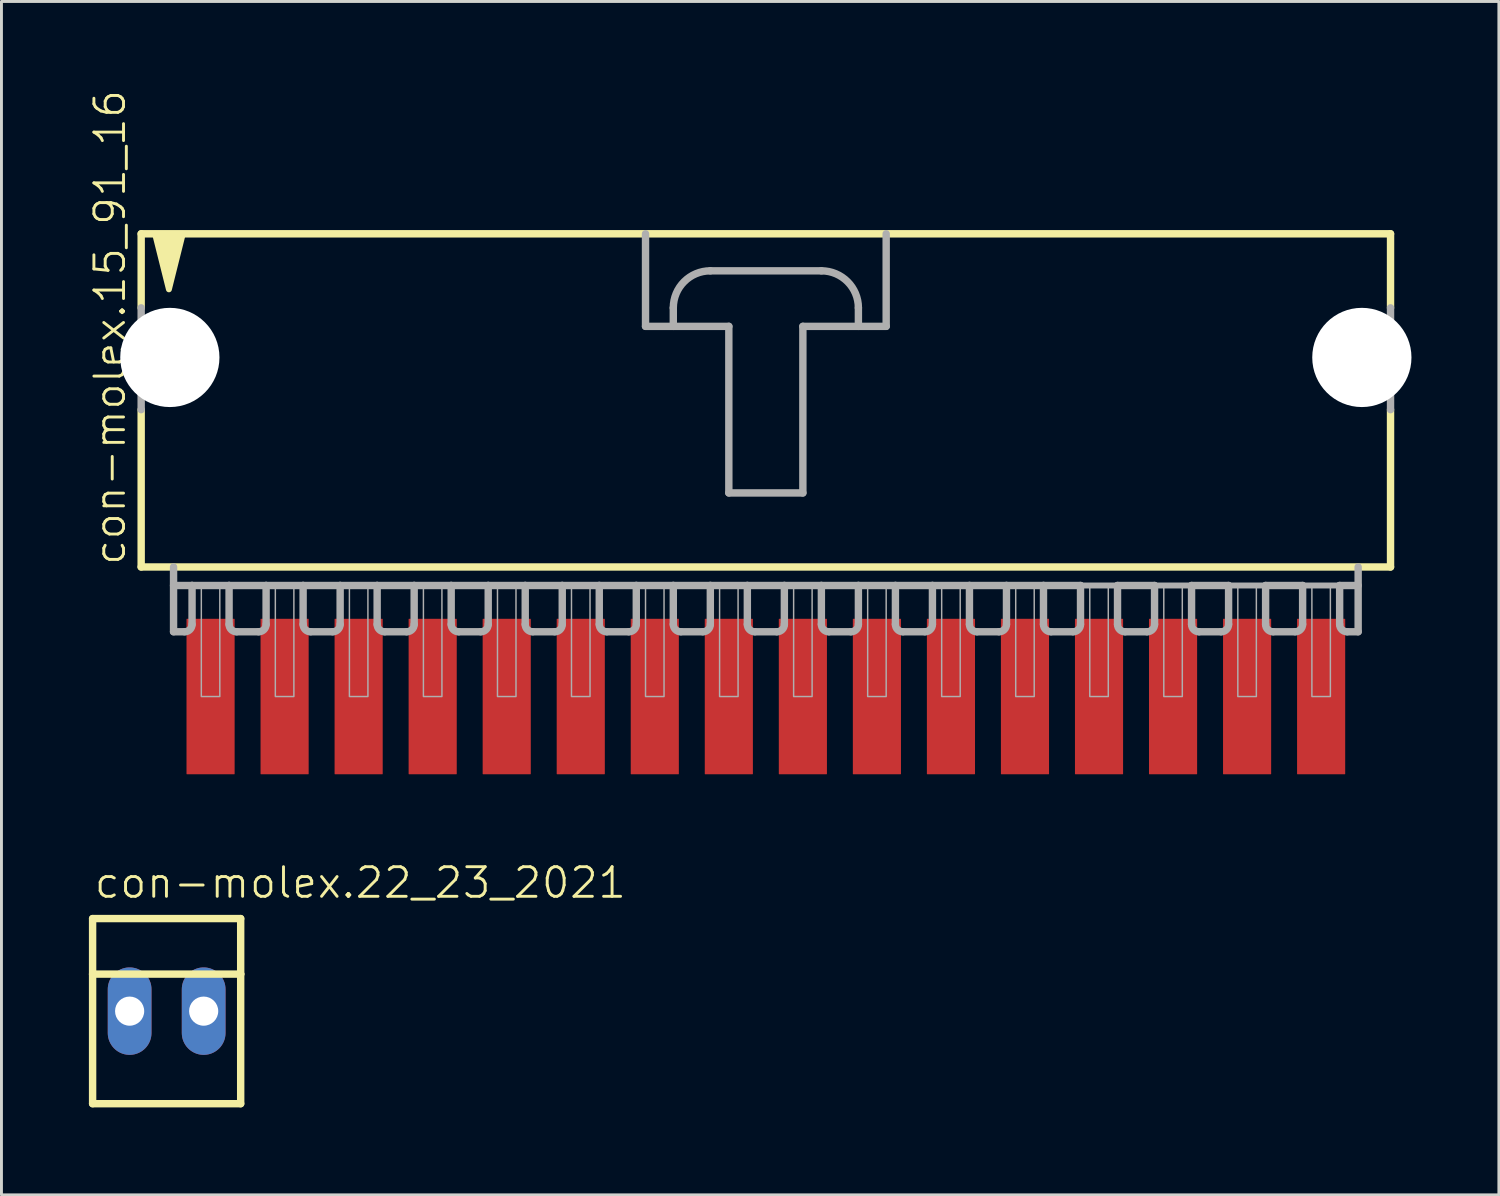
<source format=kicad_pcb>
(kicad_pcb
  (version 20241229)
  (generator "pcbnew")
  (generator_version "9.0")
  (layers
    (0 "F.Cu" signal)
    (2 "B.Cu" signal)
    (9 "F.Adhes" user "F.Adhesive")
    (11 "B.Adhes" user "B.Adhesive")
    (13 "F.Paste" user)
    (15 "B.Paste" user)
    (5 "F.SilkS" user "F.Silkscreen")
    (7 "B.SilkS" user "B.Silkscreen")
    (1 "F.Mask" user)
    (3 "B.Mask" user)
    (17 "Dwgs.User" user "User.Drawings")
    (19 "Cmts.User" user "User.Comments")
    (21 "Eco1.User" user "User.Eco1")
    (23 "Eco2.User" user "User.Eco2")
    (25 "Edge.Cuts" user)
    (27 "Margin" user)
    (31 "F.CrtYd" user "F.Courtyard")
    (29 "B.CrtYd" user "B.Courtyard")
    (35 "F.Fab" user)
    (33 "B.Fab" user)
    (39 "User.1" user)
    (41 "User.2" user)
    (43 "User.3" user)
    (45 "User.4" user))
  (footprint "con-molex.22_23_2021"
    (layer "F.Cu")
    (at 2.667 31.639)
    (property "Reference" "con-molex.22_23_2021" (at -2.54 -3.81 0) (layer "F.SilkS") (effects (font (size 1.016 1.016) (thickness 0.1)) (justify left bottom)))
    (attr through_hole)
    (fp_line (start -2.54 -3.175) (end 2.54 -3.175) (stroke (width 0.254) (type default)) (layer "F.SilkS"))
    (fp_line (start -2.54 -1.27) (end -2.54 -3.175) (stroke (width 0.254) (type default)) (layer "F.SilkS"))
    (fp_line (start -2.54 -1.27) (end 2.54 -1.27) (stroke (width 0.254) (type default)) (layer "F.SilkS"))
    (fp_line (start -2.54 3.175) (end -2.54 -1.27) (stroke (width 0.254) (type default)) (layer "F.SilkS"))
    (fp_line (start 2.54 -3.175) (end 2.54 -1.27) (stroke (width 0.254) (type default)) (layer "F.SilkS"))
    (fp_line (start 2.54 -1.27) (end 2.54 3.175) (stroke (width 0.254) (type default)) (layer "F.SilkS"))
    (fp_line (start 2.54 3.175) (end -2.54 3.175) (stroke (width 0.254) (type default)) (layer "F.SilkS"))
    (pad "1" thru_hole oval (at -1.27 0 90) (size 3 1.5) (drill 1) (layers "*.Cu" "*.Mask"))
    (pad "2" thru_hole oval (at 1.27 0 90) (size 3 1.5) (drill 1) (layers "*.Cu" "*.Mask")))
  (footprint "con-molex.15_91_16"
    (layer "F.Cu")
    (at 23.224 10.051)
    (property "Reference" "con-molex.15_91_16" (at -21.907 6.35 90) (layer "F.SilkS") (effects (font (size 1.016 1.016) (thickness 0.1)) (justify left bottom)))
    (attr smd)
    (fp_line (start -21.431 -5.08) (end -21.431 -2.54) (stroke (width 0.254) (type default)) (layer "F.SilkS"))
    (fp_line (start -21.431 0.953) (end -21.431 6.35) (stroke (width 0.254) (type default)) (layer "F.SilkS"))
    (fp_line (start -21.431 6.35) (end 21.431 6.35) (stroke (width 0.254) (type default)) (layer "F.SilkS"))
    (fp_line (start 21.431 -5.08) (end -21.431 -5.08) (stroke (width 0.254) (type default)) (layer "F.SilkS"))
    (fp_line (start 21.431 -2.54) (end 21.431 -5.08) (stroke (width 0.254) (type default)) (layer "F.SilkS"))
    (fp_line (start 21.431 6.35) (end 21.431 0.953) (stroke (width 0.254) (type default)) (layer "F.SilkS"))
    (fp_poly (pts (xy -20.955 -5.08) (xy -20.479 -3.175) (xy -20.003 -5.08)) (stroke (width 0.203) (type default)) (fill yes) (layer "F.SilkS"))
    (fp_line (start -21.431 -2.54) (end -21.431 0.953) (stroke (width 0.254) (type default)) (layer "F.Fab"))
    (fp_line (start -20.32 6.35) (end -20.32 8.572) (stroke (width 0.254) (type default)) (layer "F.Fab"))
    (fp_line (start -20.32 6.985) (end -19.685 6.985) (stroke (width 0.254) (type default)) (layer "F.Fab"))
    (fp_line (start -19.939 8.572) (end -20.32 8.572) (stroke (width 0.254) (type default)) (layer "F.Fab"))
    (fp_line (start -19.685 6.985) (end -19.685 8.319) (stroke (width 0.254) (type default)) (layer "F.Fab"))
    (fp_line (start -19.685 6.985) (end -18.415 6.985) (stroke (width 0.254) (type default)) (layer "F.Fab"))
    (fp_line (start -18.415 6.985) (end -18.415 8.319) (stroke (width 0.254) (type default)) (layer "F.Fab"))
    (fp_line (start -18.415 6.985) (end -17.145 6.985) (stroke (width 0.254) (type default)) (layer "F.Fab"))
    (fp_line (start -17.399 8.572) (end -18.161 8.572) (stroke (width 0.254) (type default)) (layer "F.Fab"))
    (fp_line (start -17.145 6.985) (end -17.145 8.319) (stroke (width 0.254) (type default)) (layer "F.Fab"))
    (fp_line (start -17.145 6.985) (end -15.875 6.985) (stroke (width 0.254) (type default)) (layer "F.Fab"))
    (fp_line (start -15.875 6.985) (end -15.875 8.319) (stroke (width 0.254) (type default)) (layer "F.Fab"))
    (fp_line (start -15.875 6.985) (end -14.605 6.985) (stroke (width 0.254) (type default)) (layer "F.Fab"))
    (fp_line (start -14.859 8.572) (end -15.621 8.572) (stroke (width 0.254) (type default)) (layer "F.Fab"))
    (fp_line (start -14.605 6.985) (end -14.605 8.319) (stroke (width 0.254) (type default)) (layer "F.Fab"))
    (fp_line (start -14.605 6.985) (end -13.335 6.985) (stroke (width 0.254) (type default)) (layer "F.Fab"))
    (fp_line (start -13.335 6.985) (end -13.335 8.319) (stroke (width 0.254) (type default)) (layer "F.Fab"))
    (fp_line (start -13.335 6.985) (end -12.065 6.985) (stroke (width 0.254) (type default)) (layer "F.Fab"))
    (fp_line (start -12.319 8.572) (end -13.081 8.572) (stroke (width 0.254) (type default)) (layer "F.Fab"))
    (fp_line (start -12.065 6.985) (end -12.065 8.319) (stroke (width 0.254) (type default)) (layer "F.Fab"))
    (fp_line (start -12.065 6.985) (end -10.795 6.985) (stroke (width 0.254) (type default)) (layer "F.Fab"))
    (fp_line (start -10.795 6.985) (end -10.795 8.319) (stroke (width 0.254) (type default)) (layer "F.Fab"))
    (fp_line (start -10.795 6.985) (end -9.525 6.985) (stroke (width 0.254) (type default)) (layer "F.Fab"))
    (fp_line (start -9.779 8.572) (end -10.541 8.572) (stroke (width 0.254) (type default)) (layer "F.Fab"))
    (fp_line (start -9.525 6.985) (end -9.525 8.319) (stroke (width 0.254) (type default)) (layer "F.Fab"))
    (fp_line (start -9.525 6.985) (end -8.255 6.985) (stroke (width 0.254) (type default)) (layer "F.Fab"))
    (fp_line (start -8.255 6.985) (end -8.255 8.319) (stroke (width 0.254) (type default)) (layer "F.Fab"))
    (fp_line (start -8.255 6.985) (end -6.985 6.985) (stroke (width 0.254) (type default)) (layer "F.Fab"))
    (fp_line (start -7.239 8.572) (end -8.001 8.572) (stroke (width 0.254) (type default)) (layer "F.Fab"))
    (fp_line (start -6.985 6.985) (end -6.985 8.319) (stroke (width 0.254) (type default)) (layer "F.Fab"))
    (fp_line (start -6.985 6.985) (end -5.715 6.985) (stroke (width 0.254) (type default)) (layer "F.Fab"))
    (fp_line (start -5.715 6.985) (end -5.715 8.319) (stroke (width 0.254) (type default)) (layer "F.Fab"))
    (fp_line (start -5.715 6.985) (end -4.445 6.985) (stroke (width 0.254) (type default)) (layer "F.Fab"))
    (fp_line (start -4.699 8.572) (end -5.461 8.572) (stroke (width 0.254) (type default)) (layer "F.Fab"))
    (fp_line (start -4.445 6.985) (end -4.445 8.319) (stroke (width 0.254) (type default)) (layer "F.Fab"))
    (fp_line (start -4.445 6.985) (end -3.175 6.985) (stroke (width 0.254) (type default)) (layer "F.Fab"))
    (fp_line (start -4.128 -5.08) (end -4.128 -1.905) (stroke (width 0.254) (type default)) (layer "F.Fab"))
    (fp_line (start -4.128 -1.905) (end -3.175 -1.905) (stroke (width 0.254) (type default)) (layer "F.Fab"))
    (fp_line (start -3.175 -1.905) (end -3.175 -2.54) (stroke (width 0.254) (type default)) (layer "F.Fab"))
    (fp_line (start -3.175 -1.905) (end -1.27 -1.905) (stroke (width 0.254) (type default)) (layer "F.Fab"))
    (fp_line (start -3.175 6.985) (end -3.175 8.319) (stroke (width 0.254) (type default)) (layer "F.Fab"))
    (fp_line (start -3.175 6.985) (end -1.905 6.985) (stroke (width 0.254) (type default)) (layer "F.Fab"))
    (fp_line (start -2.159 8.572) (end -2.921 8.572) (stroke (width 0.254) (type default)) (layer "F.Fab"))
    (fp_line (start -1.905 -3.81) (end 1.905 -3.81) (stroke (width 0.254) (type default)) (layer "F.Fab"))
    (fp_line (start -1.905 6.985) (end -1.905 8.319) (stroke (width 0.254) (type default)) (layer "F.Fab"))
    (fp_line (start -1.905 6.985) (end -0.635 6.985) (stroke (width 0.254) (type default)) (layer "F.Fab"))
    (fp_line (start -1.27 -1.905) (end -1.27 3.81) (stroke (width 0.254) (type default)) (layer "F.Fab"))
    (fp_line (start -1.27 3.81) (end 1.27 3.81) (stroke (width 0.254) (type default)) (layer "F.Fab"))
    (fp_line (start -0.635 6.985) (end -0.635 8.319) (stroke (width 0.254) (type default)) (layer "F.Fab"))
    (fp_line (start -0.635 6.985) (end 0.635 6.985) (stroke (width 0.254) (type default)) (layer "F.Fab"))
    (fp_line (start 0.381 8.572) (end -0.381 8.572) (stroke (width 0.254) (type default)) (layer "F.Fab"))
    (fp_line (start 0.635 6.985) (end 0.635 8.319) (stroke (width 0.254) (type default)) (layer "F.Fab"))
    (fp_line (start 0.635 6.985) (end 1.905 6.985) (stroke (width 0.254) (type default)) (layer "F.Fab"))
    (fp_line (start 1.27 -1.905) (end 3.175 -1.905) (stroke (width 0.254) (type default)) (layer "F.Fab"))
    (fp_line (start 1.27 3.81) (end 1.27 -1.905) (stroke (width 0.254) (type default)) (layer "F.Fab"))
    (fp_line (start 1.905 6.985) (end 1.905 8.319) (stroke (width 0.254) (type default)) (layer "F.Fab"))
    (fp_line (start 1.905 6.985) (end 3.175 6.985) (stroke (width 0.254) (type default)) (layer "F.Fab"))
    (fp_line (start 2.921 8.572) (end 2.159 8.572) (stroke (width 0.254) (type default)) (layer "F.Fab"))
    (fp_line (start 3.175 -2.54) (end 3.175 -1.905) (stroke (width 0.254) (type default)) (layer "F.Fab"))
    (fp_line (start 3.175 -1.905) (end 4.128 -1.905) (stroke (width 0.254) (type default)) (layer "F.Fab"))
    (fp_line (start 3.175 6.985) (end 3.175 8.319) (stroke (width 0.254) (type default)) (layer "F.Fab"))
    (fp_line (start 3.175 6.985) (end 4.445 6.985) (stroke (width 0.254) (type default)) (layer "F.Fab"))
    (fp_line (start 4.128 -1.905) (end 4.128 -5.08) (stroke (width 0.254) (type default)) (layer "F.Fab"))
    (fp_line (start 4.445 6.985) (end 4.445 8.319) (stroke (width 0.254) (type default)) (layer "F.Fab"))
    (fp_line (start 4.445 6.985) (end 5.715 6.985) (stroke (width 0.254) (type default)) (layer "F.Fab"))
    (fp_line (start 5.461 8.572) (end 4.699 8.572) (stroke (width 0.254) (type default)) (layer "F.Fab"))
    (fp_line (start 5.715 6.985) (end 5.715 8.319) (stroke (width 0.254) (type default)) (layer "F.Fab"))
    (fp_line (start 5.715 6.985) (end 6.985 6.985) (stroke (width 0.254) (type default)) (layer "F.Fab"))
    (fp_line (start 6.985 6.985) (end 6.985 8.319) (stroke (width 0.254) (type default)) (layer "F.Fab"))
    (fp_line (start 6.985 6.985) (end 8.255 6.985) (stroke (width 0.254) (type default)) (layer "F.Fab"))
    (fp_line (start 7.239 8.572) (end 8.001 8.572) (stroke (width 0.254) (type default)) (layer "F.Fab"))
    (fp_line (start 8.255 6.985) (end 9.525 6.985) (stroke (width 0.254) (type default)) (layer "F.Fab"))
    (fp_line (start 8.255 8.319) (end 8.255 6.985) (stroke (width 0.254) (type default)) (layer "F.Fab"))
    (fp_line (start 9.525 6.985) (end 9.525 8.319) (stroke (width 0.254) (type default)) (layer "F.Fab"))
    (fp_line (start 9.525 6.985) (end 10.795 6.985) (stroke (width 0.254) (type default)) (layer "F.Fab"))
    (fp_line (start 9.779 8.572) (end 10.541 8.572) (stroke (width 0.254) (type default)) (layer "F.Fab"))
    (fp_line (start 10.795 6.985) (end 12.065 6.985) (stroke (width 0.203) (type default)) (layer "F.Fab"))
    (fp_line (start 10.795 8.319) (end 10.795 6.985) (stroke (width 0.254) (type default)) (layer "F.Fab"))
    (fp_line (start 12.065 6.985) (end 12.065 8.319) (stroke (width 0.254) (type default)) (layer "F.Fab"))
    (fp_line (start 12.065 6.985) (end 13.335 6.985) (stroke (width 0.254) (type default)) (layer "F.Fab"))
    (fp_line (start 12.319 8.572) (end 13.081 8.572) (stroke (width 0.254) (type default)) (layer "F.Fab"))
    (fp_line (start 13.335 6.985) (end 14.605 6.985) (stroke (width 0.203) (type default)) (layer "F.Fab"))
    (fp_line (start 13.335 8.319) (end 13.335 6.985) (stroke (width 0.254) (type default)) (layer "F.Fab"))
    (fp_line (start 14.605 6.985) (end 14.605 8.319) (stroke (width 0.254) (type default)) (layer "F.Fab"))
    (fp_line (start 14.605 6.985) (end 15.875 6.985) (stroke (width 0.254) (type default)) (layer "F.Fab"))
    (fp_line (start 14.859 8.572) (end 15.621 8.572) (stroke (width 0.254) (type default)) (layer "F.Fab"))
    (fp_line (start 15.875 6.985) (end 17.145 6.985) (stroke (width 0.203) (type default)) (layer "F.Fab"))
    (fp_line (start 15.875 8.319) (end 15.875 6.985) (stroke (width 0.254) (type default)) (layer "F.Fab"))
    (fp_line (start 17.145 6.985) (end 17.145 8.319) (stroke (width 0.254) (type default)) (layer "F.Fab"))
    (fp_line (start 17.145 6.985) (end 18.415 6.985) (stroke (width 0.254) (type default)) (layer "F.Fab"))
    (fp_line (start 17.399 8.572) (end 18.161 8.572) (stroke (width 0.254) (type default)) (layer "F.Fab"))
    (fp_line (start 18.415 6.985) (end 19.685 6.985) (stroke (width 0.203) (type default)) (layer "F.Fab"))
    (fp_line (start 18.415 8.319) (end 18.415 6.985) (stroke (width 0.254) (type default)) (layer "F.Fab"))
    (fp_line (start 19.685 6.985) (end 19.685 8.319) (stroke (width 0.254) (type default)) (layer "F.Fab"))
    (fp_line (start 19.685 6.985) (end 20.32 6.985) (stroke (width 0.254) (type default)) (layer "F.Fab"))
    (fp_line (start 19.939 8.572) (end 20.32 8.572) (stroke (width 0.254) (type default)) (layer "F.Fab"))
    (fp_line (start 20.32 8.572) (end 20.32 6.35) (stroke (width 0.254) (type default)) (layer "F.Fab"))
    (fp_line (start 21.431 -2.54) (end 21.431 0.953) (stroke (width 0.254) (type default)) (layer "F.Fab"))
    (fp_rect (start -19.367 10.795) (end -18.733 6.985) (stroke (width 0.05) (type default)) (fill no) (layer "F.Fab"))
    (fp_rect (start -16.828 10.795) (end -16.192 6.985) (stroke (width 0.05) (type default)) (fill no) (layer "F.Fab"))
    (fp_rect (start -14.287 10.795) (end -13.652 6.985) (stroke (width 0.05) (type default)) (fill no) (layer "F.Fab"))
    (fp_rect (start -11.748 10.795) (end -11.113 6.985) (stroke (width 0.05) (type default)) (fill no) (layer "F.Fab"))
    (fp_rect (start -9.207 10.795) (end -8.572 6.985) (stroke (width 0.05) (type default)) (fill no) (layer "F.Fab"))
    (fp_rect (start -6.668 10.795) (end -6.032 6.985) (stroke (width 0.05) (type default)) (fill no) (layer "F.Fab"))
    (fp_rect (start -4.128 10.795) (end -3.493 6.985) (stroke (width 0.05) (type default)) (fill no) (layer "F.Fab"))
    (fp_rect (start -1.587 10.795) (end -0.953 6.985) (stroke (width 0.05) (type default)) (fill no) (layer "F.Fab"))
    (fp_rect (start 0.953 10.795) (end 1.587 6.985) (stroke (width 0.05) (type default)) (fill no) (layer "F.Fab"))
    (fp_rect (start 3.493 10.795) (end 4.128 6.985) (stroke (width 0.05) (type default)) (fill no) (layer "F.Fab"))
    (fp_rect (start 6.032 10.795) (end 6.668 6.985) (stroke (width 0.05) (type default)) (fill no) (layer "F.Fab"))
    (fp_rect (start 8.572 10.795) (end 9.207 6.985) (stroke (width 0.05) (type default)) (fill no) (layer "F.Fab"))
    (fp_rect (start 11.113 10.795) (end 11.748 6.985) (stroke (width 0.05) (type default)) (fill no) (layer "F.Fab"))
    (fp_rect (start 13.652 10.795) (end 14.287 6.985) (stroke (width 0.05) (type default)) (fill no) (layer "F.Fab"))
    (fp_rect (start 16.192 10.795) (end 16.828 6.985) (stroke (width 0.05) (type default)) (fill no) (layer "F.Fab"))
    (fp_rect (start 18.733 10.795) (end 19.367 6.985) (stroke (width 0.05) (type default)) (fill no) (layer "F.Fab"))
    (fp_arc (start -19.685 8.3185) (mid -19.759395 8.498105) (end -19.939 8.5725) (stroke (width 0.254) (type default)) (layer "F.Fab"))
    (fp_arc (start -18.161 8.5725) (mid -18.340605 8.498105) (end -18.415 8.3185) (stroke (width 0.254) (type default)) (layer "F.Fab"))
    (fp_arc (start -17.145 8.3185) (mid -17.219395 8.498105) (end -17.399 8.5725) (stroke (width 0.254) (type default)) (layer "F.Fab"))
    (fp_arc (start -15.621 8.5725) (mid -15.800605 8.498105) (end -15.875 8.3185) (stroke (width 0.254) (type default)) (layer "F.Fab"))
    (fp_arc (start -14.605 8.3185) (mid -14.679395 8.498105) (end -14.859 8.5725) (stroke (width 0.254) (type default)) (layer "F.Fab"))
    (fp_arc (start -13.081 8.5725) (mid -13.260605 8.498105) (end -13.335 8.3185) (stroke (width 0.254) (type default)) (layer "F.Fab"))
    (fp_arc (start -12.065 8.3185) (mid -12.139395 8.498105) (end -12.319 8.5725) (stroke (width 0.254) (type default)) (layer "F.Fab"))
    (fp_arc (start -10.541 8.5725) (mid -10.720605 8.498105) (end -10.795 8.3185) (stroke (width 0.254) (type default)) (layer "F.Fab"))
    (fp_arc (start -9.525 8.3185) (mid -9.599395 8.498105) (end -9.779 8.5725) (stroke (width 0.254) (type default)) (layer "F.Fab"))
    (fp_arc (start -8.001 8.5725) (mid -8.180605 8.498105) (end -8.255 8.3185) (stroke (width 0.254) (type default)) (layer "F.Fab"))
    (fp_arc (start -6.985 8.3185) (mid -7.059395 8.498105) (end -7.239 8.5725) (stroke (width 0.254) (type default)) (layer "F.Fab"))
    (fp_arc (start -5.461 8.5725) (mid -5.640605 8.498105) (end -5.715 8.3185) (stroke (width 0.254) (type default)) (layer "F.Fab"))
    (fp_arc (start -4.445 8.3185) (mid -4.519395 8.498105) (end -4.699 8.5725) (stroke (width 0.254) (type default)) (layer "F.Fab"))
    (fp_arc (start -3.175 -2.54) (mid -2.803026 -3.438026) (end -1.905 -3.81) (stroke (width 0.254) (type default)) (layer "F.Fab"))
    (fp_arc (start -2.921 8.5725) (mid -3.100605 8.498105) (end -3.175 8.3185) (stroke (width 0.254) (type default)) (layer "F.Fab"))
    (fp_arc (start -1.905 8.3185) (mid -1.979395 8.498105) (end -2.159 8.5725) (stroke (width 0.254) (type default)) (layer "F.Fab"))
    (fp_arc (start -0.381 8.5725) (mid -0.560605 8.498105) (end -0.635 8.3185) (stroke (width 0.254) (type default)) (layer "F.Fab"))
    (fp_arc (start 0.635 8.3185) (mid 0.560605 8.498105) (end 0.381 8.5725) (stroke (width 0.254) (type default)) (layer "F.Fab"))
    (fp_arc (start 1.905 -3.81) (mid 2.803026 -3.438026) (end 3.175 -2.54) (stroke (width 0.254) (type default)) (layer "F.Fab"))
    (fp_arc (start 2.159 8.5725) (mid 1.979395 8.498105) (end 1.905 8.3185) (stroke (width 0.254) (type default)) (layer "F.Fab"))
    (fp_arc (start 3.175 8.3185) (mid 3.100605 8.498105) (end 2.921 8.5725) (stroke (width 0.254) (type default)) (layer "F.Fab"))
    (fp_arc (start 4.699 8.5725) (mid 4.519395 8.498105) (end 4.445 8.3185) (stroke (width 0.254) (type default)) (layer "F.Fab"))
    (fp_arc (start 5.715 8.3185) (mid 5.640605 8.498105) (end 5.461 8.5725) (stroke (width 0.254) (type default)) (layer "F.Fab"))
    (fp_arc (start 7.239 8.5725) (mid 7.059395 8.498105) (end 6.985 8.3185) (stroke (width 0.254) (type default)) (layer "F.Fab"))
    (fp_arc (start 8.255 8.3185) (mid 8.180605 8.498105) (end 8.001 8.5725) (stroke (width 0.254) (type default)) (layer "F.Fab"))
    (fp_arc (start 9.779 8.5725) (mid 9.599395 8.498105) (end 9.525 8.3185) (stroke (width 0.254) (type default)) (layer "F.Fab"))
    (fp_arc (start 10.795 8.3185) (mid 10.720605 8.498105) (end 10.541 8.5725) (stroke (width 0.254) (type default)) (layer "F.Fab"))
    (fp_arc (start 12.319 8.5725) (mid 12.139395 8.498105) (end 12.065 8.3185) (stroke (width 0.254) (type default)) (layer "F.Fab"))
    (fp_arc (start 13.335 8.3185) (mid 13.260605 8.498105) (end 13.081 8.5725) (stroke (width 0.254) (type default)) (layer "F.Fab"))
    (fp_arc (start 14.859 8.5725) (mid 14.679395 8.498105) (end 14.605 8.3185) (stroke (width 0.254) (type default)) (layer "F.Fab"))
    (fp_arc (start 15.875 8.3185) (mid 15.800605 8.498105) (end 15.621 8.5725) (stroke (width 0.254) (type default)) (layer "F.Fab"))
    (fp_arc (start 17.399 8.5725) (mid 17.219395 8.498105) (end 17.145 8.3185) (stroke (width 0.254) (type default)) (layer "F.Fab"))
    (fp_arc (start 18.415 8.3185) (mid 18.340605 8.498105) (end 18.161 8.5725) (stroke (width 0.254) (type default)) (layer "F.Fab"))
    (fp_arc (start 19.939 8.5725) (mid 19.759395 8.498105) (end 19.685 8.3185) (stroke (width 0.254) (type default)) (layer "F.Fab"))
    (pad "" np_thru_hole circle (at -20.447 -0.838) (size 3.404 3.404) (drill 3.404) (layers "*.Cu" "*.Mask"))
    (pad "" np_thru_hole circle (at 20.447 -0.838) (size 3.404 3.404) (drill 3.404) (layers "*.Cu" "*.Mask"))
    (pad "1" smd roundrect (at -19.05 10.795 90) (size 5.334 1.651) (layers "F.Cu" "F.Mask" "F.Paste") (roundrect_rratio 0.01))
    (pad "2" smd roundrect (at -16.51 10.795 90) (size 5.334 1.651) (layers "F.Cu" "F.Mask" "F.Paste") (roundrect_rratio 0.01))
    (pad "3" smd roundrect (at -13.97 10.795 90) (size 5.334 1.651) (layers "F.Cu" "F.Mask" "F.Paste") (roundrect_rratio 0.01))
    (pad "4" smd roundrect (at -11.43 10.795 90) (size 5.334 1.651) (layers "F.Cu" "F.Mask" "F.Paste") (roundrect_rratio 0.01))
    (pad "5" smd roundrect (at -8.89 10.795 90) (size 5.334 1.651) (layers "F.Cu" "F.Mask" "F.Paste") (roundrect_rratio 0.01))
    (pad "6" smd roundrect (at -6.35 10.795 90) (size 5.334 1.651) (layers "F.Cu" "F.Mask" "F.Paste") (roundrect_rratio 0.01))
    (pad "7" smd roundrect (at -3.81 10.795 90) (size 5.334 1.651) (layers "F.Cu" "F.Mask" "F.Paste") (roundrect_rratio 0.01))
    (pad "8" smd roundrect (at -1.27 10.795 90) (size 5.334 1.651) (layers "F.Cu" "F.Mask" "F.Paste") (roundrect_rratio 0.01))
    (pad "9" smd roundrect (at 1.27 10.795 90) (size 5.334 1.651) (layers "F.Cu" "F.Mask" "F.Paste") (roundrect_rratio 0.01))
    (pad "10" smd roundrect (at 3.81 10.795 90) (size 5.334 1.651) (layers "F.Cu" "F.Mask" "F.Paste") (roundrect_rratio 0.01))
    (pad "11" smd roundrect (at 6.35 10.795 90) (size 5.334 1.651) (layers "F.Cu" "F.Mask" "F.Paste") (roundrect_rratio 0.01))
    (pad "12" smd roundrect (at 8.89 10.795 90) (size 5.334 1.651) (layers "F.Cu" "F.Mask" "F.Paste") (roundrect_rratio 0.01))
    (pad "13" smd roundrect (at 11.43 10.795 90) (size 5.334 1.651) (layers "F.Cu" "F.Mask" "F.Paste") (roundrect_rratio 0.01))
    (pad "14" smd roundrect (at 13.97 10.795 90) (size 5.334 1.651) (layers "F.Cu" "F.Mask" "F.Paste") (roundrect_rratio 0.01))
    (pad "15" smd roundrect (at 16.51 10.795 90) (size 5.334 1.651) (layers "F.Cu" "F.Mask" "F.Paste") (roundrect_rratio 0.01))
    (pad "16" smd roundrect (at 19.05 10.795 90) (size 5.334 1.651) (layers "F.Cu" "F.Mask" "F.Paste") (roundrect_rratio 0.01)))
  (gr_rect
    (start -3 -3)
    (end 48.372 37.941)
    (stroke (width 0.1) (type default))
    (fill no)
    (layer "Edge.Cuts")))
</source>
